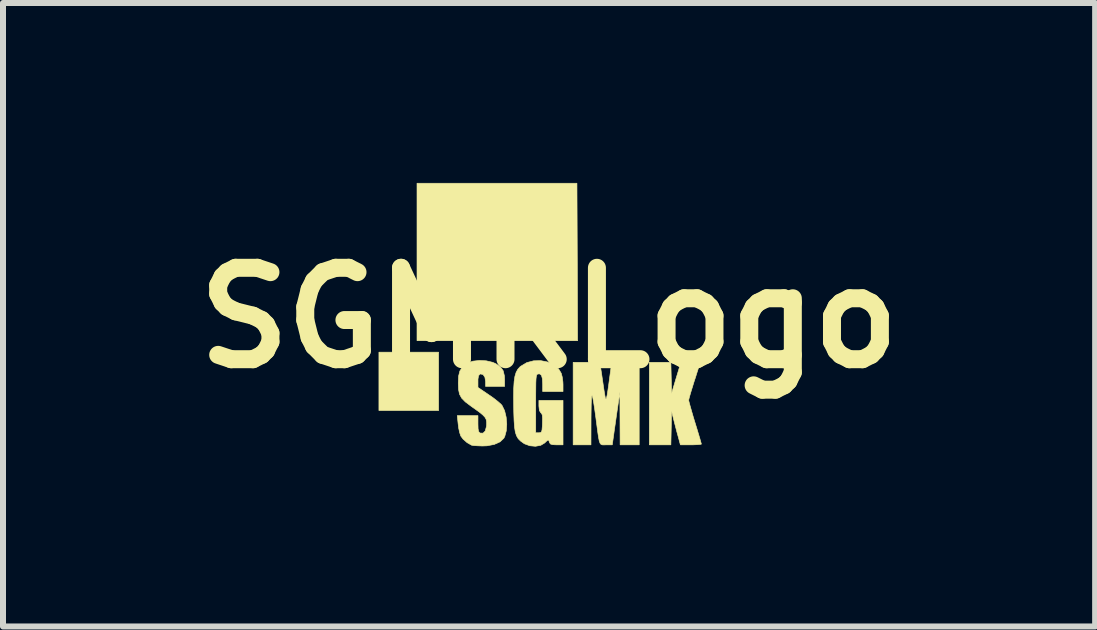
<source format=kicad_pcb>
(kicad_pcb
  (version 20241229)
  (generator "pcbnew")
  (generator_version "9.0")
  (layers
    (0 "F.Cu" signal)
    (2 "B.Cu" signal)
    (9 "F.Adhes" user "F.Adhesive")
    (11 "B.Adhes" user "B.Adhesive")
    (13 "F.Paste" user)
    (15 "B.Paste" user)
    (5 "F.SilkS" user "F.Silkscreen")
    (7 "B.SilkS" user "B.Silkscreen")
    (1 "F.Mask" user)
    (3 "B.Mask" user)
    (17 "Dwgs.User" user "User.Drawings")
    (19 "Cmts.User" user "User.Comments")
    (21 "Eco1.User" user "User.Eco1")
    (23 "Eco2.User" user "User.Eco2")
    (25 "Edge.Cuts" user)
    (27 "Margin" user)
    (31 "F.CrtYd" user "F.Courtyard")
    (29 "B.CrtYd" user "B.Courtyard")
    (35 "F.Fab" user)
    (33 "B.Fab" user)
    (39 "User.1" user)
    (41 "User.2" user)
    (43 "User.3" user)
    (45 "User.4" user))
  (footprint "SGMKLogo"
    (layer "F.Cu")
    (at 6.103 2.249)
    (property "Reference" "SGMKLogo" (at 0 0 0) (layer "F.SilkS") (effects (font (size 1.524 1.524) (thickness 0.3))))
    (attr through_hole)
    (fp_poly (pts (xy -1.841 1.545) (xy -2.836 1.545) (xy -2.836 0.572) (xy -1.841 0.572) (xy -1.841 1.545)) (stroke (width 0.01) (type solid)) (fill yes) (layer "F.SilkS"))
    (fp_poly (pts (xy 0.471 -0.931) (xy 0.476 0.381) (xy -0.863 0.381) (xy -2.201 0.381) (xy -2.201 -2.244) (xy 0.465 -2.244) (xy 0.471 -0.931)) (stroke (width 0.01) (type solid)) (fill yes) (layer "F.SilkS"))
    (fp_poly (pts (xy 2.037 1) (xy 2.043 1.259) (xy 2.119 1.005) (xy 2.196 0.751) (xy 2.357 0.745) (xy 2.434 0.743) (xy 2.491 0.743) (xy 2.518 0.745) (xy 2.519 0.745) (xy 2.513 0.766) (xy 2.496 0.821) (xy 2.47 0.901) (xy 2.439 1) (xy 2.423 1.047) (xy 2.39 1.154) (xy 2.361 1.248) (xy 2.34 1.321) (xy 2.329 1.365) (xy 2.328 1.373) (xy 2.334 1.402) (xy 2.351 1.465) (xy 2.376 1.553) (xy 2.407 1.66) (xy 2.434 1.748) (xy 2.469 1.862) (xy 2.499 1.962) (xy 2.522 2.04) (xy 2.536 2.09) (xy 2.54 2.105) (xy 2.52 2.11) (xy 2.468 2.114) (xy 2.394 2.117) (xy 2.365 2.117) (xy 2.19 2.117) (xy 2.154 1.984) (xy 2.128 1.89) (xy 2.1 1.782) (xy 2.08 1.704) (xy 2.043 1.556) (xy 2.037 1.836) (xy 2.031 2.117) (xy 1.672 2.117) (xy 1.672 0.741) (xy 2.031 0.741) (xy 2.037 1)) (stroke (width 0.01) (type solid)) (fill yes) (layer "F.SilkS"))
    (fp_poly (pts (xy 0.855 0.799) (xy 0.862 0.843) (xy 0.874 0.918) (xy 0.888 1.013) (xy 0.901 1.101) (xy 0.915 1.197) (xy 0.928 1.277) (xy 0.938 1.332) (xy 0.943 1.352) (xy 0.951 1.353) (xy 0.958 1.334) (xy 0.968 1.293) (xy 0.979 1.223) (xy 0.994 1.12) (xy 1.007 1.021) (xy 1.045 0.741) (xy 1.503 0.741) (xy 1.503 2.117) (xy 1.185 2.117) (xy 1.183 1.677) (xy 1.181 1.238) (xy 1.142 1.503) (xy 1.124 1.625) (xy 1.106 1.753) (xy 1.089 1.868) (xy 1.079 1.942) (xy 1.054 2.117) (xy 0.951 2.117) (xy 0.914 2.118) (xy 0.886 2.117) (xy 0.866 2.109) (xy 0.85 2.089) (xy 0.837 2.052) (xy 0.825 1.992) (xy 0.812 1.904) (xy 0.796 1.783) (xy 0.783 1.683) (xy 0.761 1.523) (xy 0.743 1.406) (xy 0.729 1.33) (xy 0.719 1.296) (xy 0.711 1.304) (xy 0.706 1.353) (xy 0.703 1.444) (xy 0.701 1.577) (xy 0.7 1.667) (xy 0.699 2.117) (xy 0.402 2.117) (xy 0.402 0.741) (xy 0.843 0.741) (xy 0.855 0.799)) (stroke (width 0.01) (type solid)) (fill yes) (layer "F.SilkS"))
    (fp_poly (pts (xy -0.024 0.736) (xy 0.079 0.783) (xy 0.16 0.852) (xy 0.203 0.923) (xy 0.22 0.986) (xy 0.231 1.067) (xy 0.233 1.111) (xy 0.233 1.228) (xy -0.106 1.228) (xy -0.106 1.106) (xy -0.111 1.014) (xy -0.126 0.959) (xy -0.153 0.935) (xy -0.182 0.935) (xy -0.195 0.939) (xy -0.205 0.951) (xy -0.212 0.975) (xy -0.217 1.017) (xy -0.22 1.081) (xy -0.221 1.173) (xy -0.222 1.298) (xy -0.222 1.429) (xy -0.222 1.916) (xy -0.169 1.916) (xy -0.142 1.913) (xy -0.126 1.901) (xy -0.117 1.868) (xy -0.112 1.808) (xy -0.11 1.758) (xy -0.109 1.672) (xy -0.113 1.62) (xy -0.126 1.591) (xy -0.137 1.583) (xy -0.161 1.545) (xy -0.169 1.47) (xy -0.169 1.376) (xy 0.233 1.376) (xy 0.233 2.117) (xy 0.125 2.117) (xy 0.059 2.114) (xy 0.024 2.103) (xy 0.008 2.08) (xy 0.006 2.074) (xy -0.004 2.042) (xy -0.018 2.037) (xy -0.046 2.059) (xy -0.072 2.085) (xy -0.139 2.125) (xy -0.227 2.141) (xy -0.321 2.132) (xy -0.408 2.1) (xy -0.424 2.09) (xy -0.475 2.053) (xy -0.514 2.014) (xy -0.542 1.966) (xy -0.562 1.905) (xy -0.575 1.822) (xy -0.583 1.713) (xy -0.588 1.57) (xy -0.589 1.498) (xy -0.591 1.318) (xy -0.589 1.174) (xy -0.582 1.061) (xy -0.569 0.975) (xy -0.549 0.909) (xy -0.522 0.859) (xy -0.486 0.818) (xy -0.471 0.806) (xy -0.371 0.746) (xy -0.258 0.716) (xy -0.139 0.713) (xy -0.024 0.736)) (stroke (width 0.01) (type solid)) (fill yes) (layer "F.SilkS"))
    (fp_poly (pts (xy -1.047 0.716) (xy -0.941 0.741) (xy -0.888 0.764) (xy -0.811 0.817) (xy -0.765 0.881) (xy -0.744 0.967) (xy -0.741 1.032) (xy -0.741 1.143) (xy -1.058 1.143) (xy -1.058 1.061) (xy -1.069 0.991) (xy -1.099 0.946) (xy -1.141 0.935) (xy -1.153 0.939) (xy -1.175 0.964) (xy -1.185 1.022) (xy -1.185 1.056) (xy -1.185 1.16) (xy -1.005 1.282) (xy -0.923 1.339) (xy -0.852 1.395) (xy -0.8 1.441) (xy -0.783 1.461) (xy -0.741 1.547) (xy -0.715 1.655) (xy -0.705 1.772) (xy -0.713 1.884) (xy -0.738 1.977) (xy -0.754 2.007) (xy -0.817 2.067) (xy -0.913 2.11) (xy -1.034 2.133) (xy -1.111 2.136) (xy -1.19 2.133) (xy -1.255 2.129) (xy -1.291 2.123) (xy -1.291 2.123) (xy -1.365 2.081) (xy -1.433 2.021) (xy -1.471 1.97) (xy -1.489 1.917) (xy -1.506 1.841) (xy -1.515 1.77) (xy -1.53 1.63) (xy -1.185 1.63) (xy -1.185 1.768) (xy -1.183 1.848) (xy -1.174 1.894) (xy -1.157 1.916) (xy -1.151 1.92) (xy -1.1 1.922) (xy -1.064 1.886) (xy -1.044 1.813) (xy -1.041 1.784) (xy -1.041 1.735) (xy -1.048 1.694) (xy -1.068 1.657) (xy -1.107 1.616) (xy -1.169 1.566) (xy -1.26 1.501) (xy -1.302 1.471) (xy -1.395 1.401) (xy -1.456 1.339) (xy -1.492 1.274) (xy -1.509 1.194) (xy -1.513 1.087) (xy -1.513 1.086) (xy -1.508 0.971) (xy -1.487 0.887) (xy -1.447 0.824) (xy -1.383 0.771) (xy -1.355 0.753) (xy -1.27 0.722) (xy -1.162 0.71) (xy -1.047 0.716)) (stroke (width 0.01) (type solid)) (fill yes) (layer "F.SilkS")))
  (gr_rect
    (start -3 -3)
    (end 15.207 7.394)
    (stroke (width 0.1) (type default))
    (fill no)
    (layer "Edge.Cuts")))
</source>
